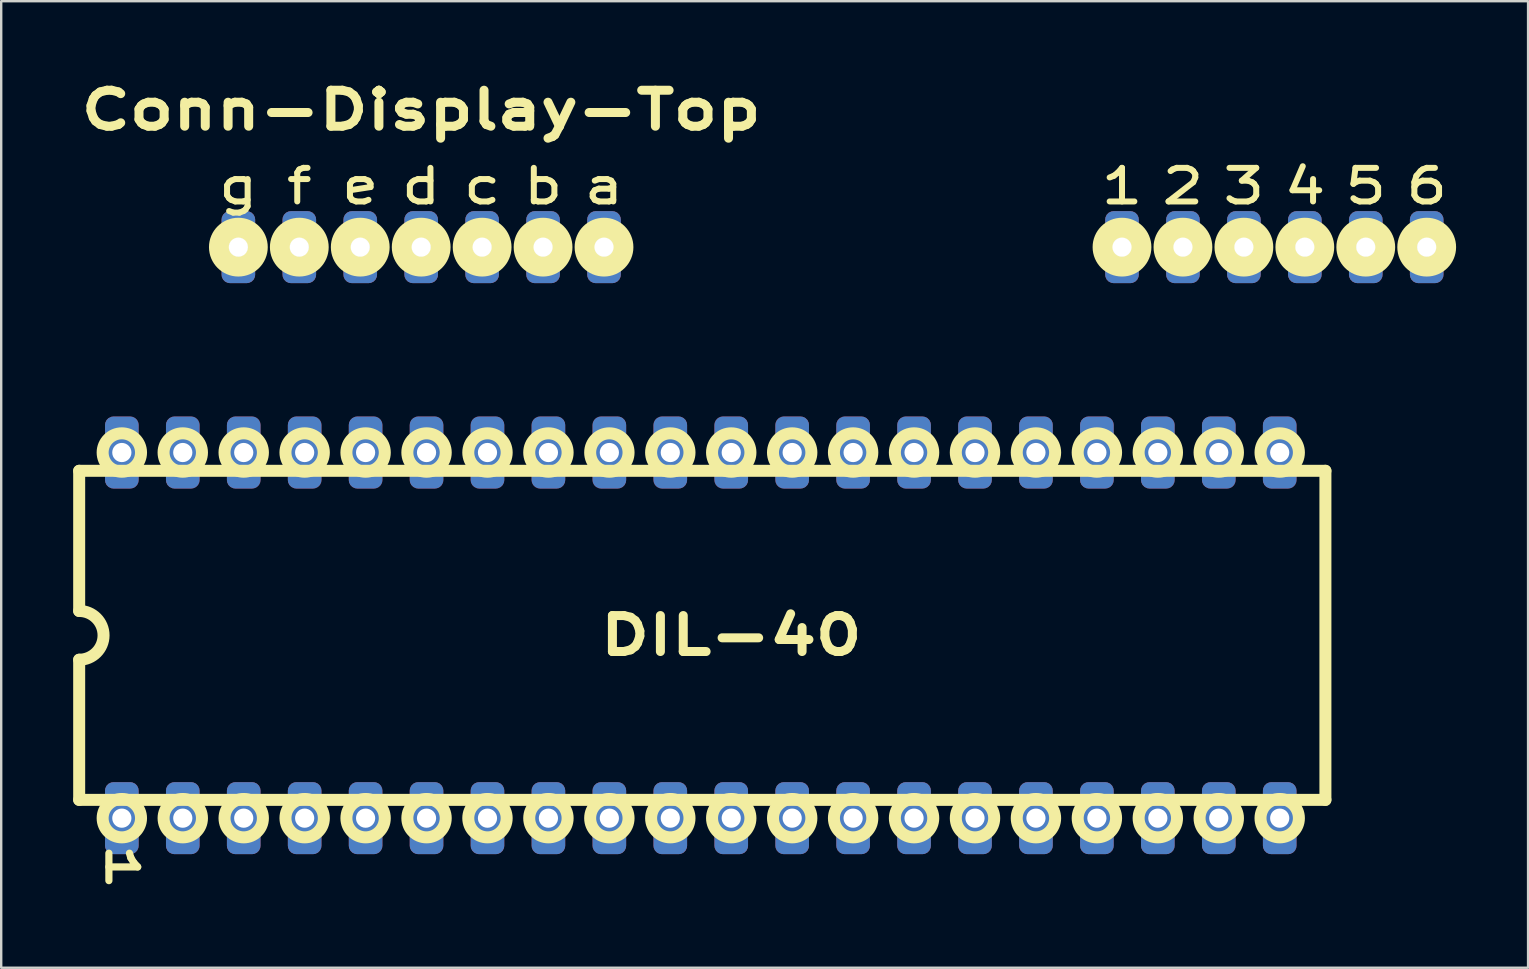
<source format=kicad_pcb>
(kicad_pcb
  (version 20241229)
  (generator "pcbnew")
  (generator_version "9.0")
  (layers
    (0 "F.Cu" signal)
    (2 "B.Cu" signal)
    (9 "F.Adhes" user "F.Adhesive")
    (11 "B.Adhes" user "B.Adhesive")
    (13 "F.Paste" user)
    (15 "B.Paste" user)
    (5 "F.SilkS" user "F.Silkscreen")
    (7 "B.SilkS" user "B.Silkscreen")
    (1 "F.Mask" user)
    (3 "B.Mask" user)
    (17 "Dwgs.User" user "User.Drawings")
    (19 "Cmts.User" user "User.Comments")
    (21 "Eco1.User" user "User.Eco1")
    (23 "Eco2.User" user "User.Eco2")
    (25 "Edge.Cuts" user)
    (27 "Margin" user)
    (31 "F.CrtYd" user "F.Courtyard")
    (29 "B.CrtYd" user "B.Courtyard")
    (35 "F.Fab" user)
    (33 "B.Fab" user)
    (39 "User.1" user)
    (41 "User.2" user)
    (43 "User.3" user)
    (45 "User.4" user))
  (footprint "Conn-Display-Top"
    (layer "F.Cu")
    (at 14.505 11.061)
    (property "Reference" "Conn-Display-Top" (at 0 -9.525 0) (layer "F.SilkS") (effects (font (size 1.5 2) (thickness 0.375))))
    (attr through_hole)
    (fp_circle (center -7.62 -3.81) (end -6.82 -3.81) (stroke (width 0.85) (type solid)) (fill no) (layer "F.SilkS"))
    (fp_circle (center -5.08 -3.81) (end -4.28 -3.81) (stroke (width 0.85) (type solid)) (fill no) (layer "F.SilkS"))
    (fp_circle (center -2.54 -3.81) (end -1.74 -3.81) (stroke (width 0.85) (type solid)) (fill no) (layer "F.SilkS"))
    (fp_circle (center 0 -3.81) (end 0.8 -3.81) (stroke (width 0.85) (type solid)) (fill no) (layer "F.SilkS"))
    (fp_circle (center 2.54 -3.81) (end 3.34 -3.81) (stroke (width 0.85) (type solid)) (fill no) (layer "F.SilkS"))
    (fp_circle (center 5.08 -3.81) (end 5.88 -3.81) (stroke (width 0.85) (type solid)) (fill no) (layer "F.SilkS"))
    (fp_circle (center 7.62 -3.81) (end 8.42 -3.81) (stroke (width 0.85) (type solid)) (fill no) (layer "F.SilkS"))
    (fp_circle (center 29.21 -3.81) (end 30.01 -3.81) (stroke (width 0.85) (type solid)) (fill no) (layer "F.SilkS"))
    (fp_circle (center 31.75 -3.81) (end 32.55 -3.81) (stroke (width 0.85) (type solid)) (fill no) (layer "F.SilkS"))
    (fp_circle (center 34.29 -3.81) (end 35.09 -3.81) (stroke (width 0.85) (type solid)) (fill no) (layer "F.SilkS"))
    (fp_circle (center 36.83 -3.81) (end 37.63 -3.81) (stroke (width 0.85) (type solid)) (fill no) (layer "F.SilkS"))
    (fp_circle (center 39.37 -3.81) (end 40.17 -3.81) (stroke (width 0.85) (type solid)) (fill no) (layer "F.SilkS"))
    (fp_circle (center 41.91 -3.81) (end 42.71 -3.81) (stroke (width 0.85) (type solid)) (fill no) (layer "F.SilkS"))
    (fp_text user "2" (at 31.75 -6.35 0) (layer "F.SilkS") (effects (font (size 1.4 1.8) (thickness 0.25))))
    (fp_text user "g" (at -7.62 -6.35 0) (layer "F.SilkS") (effects (font (size 1.4 1.8) (thickness 0.25))))
    (fp_text user "b" (at 5.08 -6.35 0) (layer "F.SilkS") (effects (font (size 1.4 1.8) (thickness 0.25))))
    (fp_text user "c" (at 2.54 -6.35 0) (layer "F.SilkS") (effects (font (size 1.4 1.8) (thickness 0.25))))
    (fp_text user "a" (at 7.62 -6.35 0) (layer "F.SilkS") (effects (font (size 1.4 1.8) (thickness 0.25))))
    (fp_text user "d" (at 0 -6.35 0) (layer "F.SilkS") (effects (font (size 1.4 1.8) (thickness 0.25))))
    (fp_text user "f" (at -5.08 -6.35 0) (layer "F.SilkS") (effects (font (size 1.4 1.8) (thickness 0.25))))
    (fp_text user "e" (at -2.54 -6.35 0) (layer "F.SilkS") (effects (font (size 1.4 1.8) (thickness 0.25))))
    (fp_text user "3" (at 34.29 -6.35 0) (layer "F.SilkS") (effects (font (size 1.4 1.8) (thickness 0.25))))
    (fp_text user "4" (at 36.83 -6.35 0) (layer "F.SilkS") (effects (font (size 1.4 1.8) (thickness 0.25))))
    (fp_text user "5" (at 39.37 -6.35 0) (layer "F.SilkS") (effects (font (size 1.4 1.8) (thickness 0.25))))
    (fp_text user "6" (at 41.91 -6.35 0) (layer "F.SilkS") (effects (font (size 1.4 1.8) (thickness 0.25))))
    (fp_text user "1" (at 29.21 -6.35 0) (layer "F.SilkS") (effects (font (size 1.4 1.8) (thickness 0.25))))
    (pad "1" thru_hole roundrect (at 29.21 -3.81) (size 1.4 3) (drill 0.8) (layers "*.Cu" "*.Mask") (roundrect_rratio 0.25))
    (pad "2" thru_hole roundrect (at 31.75 -3.81) (size 1.4 3) (drill 0.8) (layers "*.Cu" "*.Mask") (roundrect_rratio 0.25))
    (pad "3" thru_hole roundrect (at 34.29 -3.81) (size 1.4 3) (drill 0.8) (layers "*.Cu" "*.Mask") (roundrect_rratio 0.25))
    (pad "4" thru_hole roundrect (at 36.83 -3.81) (size 1.4 3) (drill 0.8) (layers "*.Cu" "*.Mask") (roundrect_rratio 0.25))
    (pad "5" thru_hole roundrect (at 39.37 -3.81) (size 1.4 3) (drill 0.8) (layers "*.Cu" "*.Mask") (roundrect_rratio 0.25))
    (pad "6" thru_hole roundrect (at 41.91 -3.81) (size 1.4 3) (drill 0.8) (layers "*.Cu" "*.Mask") (roundrect_rratio 0.25))
    (pad "a" thru_hole roundrect (at 7.62 -3.81) (size 1.4 3) (drill 0.8) (layers "*.Cu" "*.Mask") (roundrect_rratio 0.25))
    (pad "b" thru_hole roundrect (at 5.08 -3.81) (size 1.4 3) (drill 0.8) (layers "*.Cu" "*.Mask") (roundrect_rratio 0.25))
    (pad "c" thru_hole roundrect (at 2.54 -3.81) (size 1.4 3) (drill 0.8) (layers "*.Cu" "*.Mask") (roundrect_rratio 0.25))
    (pad "d" thru_hole roundrect (at 0 -3.81) (size 1.4 3) (drill 0.8) (layers "*.Cu" "*.Mask") (roundrect_rratio 0.25))
    (pad "e" thru_hole roundrect (at -2.54 -3.81) (size 1.4 3) (drill 0.8) (layers "*.Cu" "*.Mask") (roundrect_rratio 0.25))
    (pad "f" thru_hole roundrect (at -5.08 -3.81) (size 1.4 3) (drill 0.8) (layers "*.Cu" "*.Mask") (roundrect_rratio 0.25))
    (pad "g" thru_hole roundrect (at -7.62 -3.81) (size 1.4 3) (drill 0.8) (layers "*.Cu" "*.Mask") (roundrect_rratio 0.25)))
  (footprint "DIL-40"
    (layer "F.Cu")
    (at 26.158 23.431)
    (property "Reference" "DIL-40" (at 1.27 0 0) (layer "F.SilkS") (effects (font (size 1.5 2) (thickness 0.375))))
    (attr through_hole)
    (fp_line (start -25.908 -6.858) (end 26.035 -6.858) (stroke (width 0.5) (type solid)) (layer "F.SilkS"))
    (fp_line (start -25.908 -1.016) (end -25.908 -6.858) (stroke (width 0.5) (type solid)) (layer "F.SilkS"))
    (fp_line (start -25.908 1.016) (end -25.908 6.858) (stroke (width 0.5) (type solid)) (layer "F.SilkS"))
    (fp_line (start 26.035 -6.858) (end 26.035 6.858) (stroke (width 0.5) (type solid)) (layer "F.SilkS"))
    (fp_line (start 26.035 6.858) (end -25.908 6.858) (stroke (width 0.5) (type solid)) (layer "F.SilkS"))
    (fp_arc (start -25.908 -1.016) (mid -24.892 0) (end -25.908 1.016) (stroke (width 0.5) (type solid)) (layer "F.SilkS"))
    (fp_circle (center -24.13 -7.62) (end -23.33 -7.62) (stroke (width 0.5) (type solid)) (fill no) (layer "F.SilkS"))
    (fp_circle (center -24.13 7.62) (end -23.33 7.62) (stroke (width 0.5) (type solid)) (fill no) (layer "F.SilkS"))
    (fp_circle (center -21.59 -7.62) (end -20.79 -7.62) (stroke (width 0.5) (type solid)) (fill no) (layer "F.SilkS"))
    (fp_circle (center -21.59 7.62) (end -20.79 7.62) (stroke (width 0.5) (type solid)) (fill no) (layer "F.SilkS"))
    (fp_circle (center -19.05 -7.62) (end -18.25 -7.62) (stroke (width 0.5) (type solid)) (fill no) (layer "F.SilkS"))
    (fp_circle (center -19.05 7.62) (end -18.25 7.62) (stroke (width 0.5) (type solid)) (fill no) (layer "F.SilkS"))
    (fp_circle (center -16.51 -7.62) (end -15.71 -7.62) (stroke (width 0.5) (type solid)) (fill no) (layer "F.SilkS"))
    (fp_circle (center -16.51 7.62) (end -15.71 7.62) (stroke (width 0.5) (type solid)) (fill no) (layer "F.SilkS"))
    (fp_circle (center -13.97 -7.62) (end -13.17 -7.62) (stroke (width 0.5) (type solid)) (fill no) (layer "F.SilkS"))
    (fp_circle (center -13.97 7.62) (end -13.17 7.62) (stroke (width 0.5) (type solid)) (fill no) (layer "F.SilkS"))
    (fp_circle (center -11.43 -7.62) (end -10.63 -7.62) (stroke (width 0.5) (type solid)) (fill no) (layer "F.SilkS"))
    (fp_circle (center -11.43 7.62) (end -10.63 7.62) (stroke (width 0.5) (type solid)) (fill no) (layer "F.SilkS"))
    (fp_circle (center -8.89 -7.62) (end -8.09 -7.62) (stroke (width 0.5) (type solid)) (fill no) (layer "F.SilkS"))
    (fp_circle (center -8.89 7.62) (end -8.09 7.62) (stroke (width 0.5) (type solid)) (fill no) (layer "F.SilkS"))
    (fp_circle (center -6.35 -7.62) (end -5.55 -7.62) (stroke (width 0.5) (type solid)) (fill no) (layer "F.SilkS"))
    (fp_circle (center -6.35 7.62) (end -5.55 7.62) (stroke (width 0.5) (type solid)) (fill no) (layer "F.SilkS"))
    (fp_circle (center -3.81 -7.62) (end -3.01 -7.62) (stroke (width 0.5) (type solid)) (fill no) (layer "F.SilkS"))
    (fp_circle (center -3.81 7.62) (end -3.01 7.62) (stroke (width 0.5) (type solid)) (fill no) (layer "F.SilkS"))
    (fp_circle (center -1.27 -7.62) (end -0.47 -7.62) (stroke (width 0.5) (type solid)) (fill no) (layer "F.SilkS"))
    (fp_circle (center -1.27 7.62) (end -0.47 7.62) (stroke (width 0.5) (type solid)) (fill no) (layer "F.SilkS"))
    (fp_circle (center 1.27 -7.62) (end 2.07 -7.62) (stroke (width 0.5) (type solid)) (fill no) (layer "F.SilkS"))
    (fp_circle (center 1.27 7.62) (end 2.07 7.62) (stroke (width 0.5) (type solid)) (fill no) (layer "F.SilkS"))
    (fp_circle (center 3.81 -7.62) (end 4.61 -7.62) (stroke (width 0.5) (type solid)) (fill no) (layer "F.SilkS"))
    (fp_circle (center 3.81 7.62) (end 4.61 7.62) (stroke (width 0.5) (type solid)) (fill no) (layer "F.SilkS"))
    (fp_circle (center 6.35 -7.62) (end 7.15 -7.62) (stroke (width 0.5) (type solid)) (fill no) (layer "F.SilkS"))
    (fp_circle (center 6.35 7.62) (end 7.15 7.62) (stroke (width 0.5) (type solid)) (fill no) (layer "F.SilkS"))
    (fp_circle (center 8.89 -7.62) (end 9.69 -7.62) (stroke (width 0.5) (type solid)) (fill no) (layer "F.SilkS"))
    (fp_circle (center 8.89 7.62) (end 9.69 7.62) (stroke (width 0.5) (type solid)) (fill no) (layer "F.SilkS"))
    (fp_circle (center 11.43 -7.62) (end 12.23 -7.62) (stroke (width 0.5) (type solid)) (fill no) (layer "F.SilkS"))
    (fp_circle (center 11.43 7.62) (end 12.23 7.62) (stroke (width 0.5) (type solid)) (fill no) (layer "F.SilkS"))
    (fp_circle (center 13.97 -7.62) (end 14.77 -7.62) (stroke (width 0.5) (type solid)) (fill no) (layer "F.SilkS"))
    (fp_circle (center 13.97 7.62) (end 14.77 7.62) (stroke (width 0.5) (type solid)) (fill no) (layer "F.SilkS"))
    (fp_circle (center 16.51 -7.62) (end 17.31 -7.62) (stroke (width 0.5) (type solid)) (fill no) (layer "F.SilkS"))
    (fp_circle (center 16.51 7.62) (end 17.31 7.62) (stroke (width 0.5) (type solid)) (fill no) (layer "F.SilkS"))
    (fp_circle (center 19.05 -7.62) (end 19.85 -7.62) (stroke (width 0.5) (type solid)) (fill no) (layer "F.SilkS"))
    (fp_circle (center 19.05 7.62) (end 19.85 7.62) (stroke (width 0.5) (type solid)) (fill no) (layer "F.SilkS"))
    (fp_circle (center 21.59 -7.62) (end 22.39 -7.62) (stroke (width 0.5) (type solid)) (fill no) (layer "F.SilkS"))
    (fp_circle (center 21.59 7.62) (end 22.39 7.62) (stroke (width 0.5) (type solid)) (fill no) (layer "F.SilkS"))
    (fp_circle (center 24.13 -7.62) (end 24.93 -7.62) (stroke (width 0.5) (type solid)) (fill no) (layer "F.SilkS"))
    (fp_circle (center 24.13 7.62) (end 24.93 7.62) (stroke (width 0.5) (type solid)) (fill no) (layer "F.SilkS"))
    (fp_text user "1" (at -24.13 9.652 270) (unlocked yes) (layer "F.SilkS") (effects (font (size 1.2 2) (thickness 0.3))))
    (pad "1" thru_hole roundrect (at -24.13 7.62) (size 1.4 3) (drill 0.8) (layers "*.Cu" "*.Mask") (roundrect_rratio 0.25))
    (pad "2" thru_hole roundrect (at -21.59 7.62) (size 1.4 3) (drill 0.8) (layers "*.Cu" "*.Mask") (roundrect_rratio 0.25))
    (pad "3" thru_hole roundrect (at -19.05 7.62) (size 1.4 3) (drill 0.8) (layers "*.Cu" "*.Mask") (roundrect_rratio 0.25))
    (pad "4" thru_hole roundrect (at -16.51 7.62) (size 1.4 3) (drill 0.8) (layers "*.Cu" "*.Mask") (roundrect_rratio 0.25))
    (pad "5" thru_hole roundrect (at -13.97 7.62) (size 1.4 3) (drill 0.8) (layers "*.Cu" "*.Mask") (roundrect_rratio 0.25))
    (pad "6" thru_hole roundrect (at -11.43 7.62) (size 1.4 3) (drill 0.8) (layers "*.Cu" "*.Mask") (roundrect_rratio 0.25))
    (pad "7" thru_hole roundrect (at -8.89 7.62) (size 1.4 3) (drill 0.8) (layers "*.Cu" "*.Mask") (roundrect_rratio 0.25))
    (pad "8" thru_hole roundrect (at -6.35 7.62) (size 1.4 3) (drill 0.8) (layers "*.Cu" "*.Mask") (roundrect_rratio 0.25))
    (pad "9" thru_hole roundrect (at -3.81 7.62) (size 1.4 3) (drill 0.8) (layers "*.Cu" "*.Mask") (roundrect_rratio 0.25))
    (pad "10" thru_hole roundrect (at -1.27 7.62) (size 1.4 3) (drill 0.8) (layers "*.Cu" "*.Mask") (roundrect_rratio 0.25))
    (pad "11" thru_hole roundrect (at 1.27 7.62) (size 1.4 3) (drill 0.8) (layers "*.Cu" "*.Mask") (roundrect_rratio 0.25))
    (pad "12" thru_hole roundrect (at 3.81 7.62) (size 1.4 3) (drill 0.8) (layers "*.Cu" "*.Mask") (roundrect_rratio 0.25))
    (pad "13" thru_hole roundrect (at 6.35 7.62) (size 1.4 3) (drill 0.8) (layers "*.Cu" "*.Mask") (roundrect_rratio 0.25))
    (pad "14" thru_hole roundrect (at 8.89 7.62) (size 1.4 3) (drill 0.8) (layers "*.Cu" "*.Mask") (roundrect_rratio 0.25))
    (pad "15" thru_hole roundrect (at 11.43 7.62) (size 1.4 3) (drill 0.8) (layers "*.Cu" "*.Mask") (roundrect_rratio 0.25))
    (pad "16" thru_hole roundrect (at 13.97 7.62) (size 1.4 3) (drill 0.8) (layers "*.Cu" "*.Mask") (roundrect_rratio 0.25))
    (pad "17" thru_hole roundrect (at 16.51 7.62) (size 1.4 3) (drill 0.8) (layers "*.Cu" "*.Mask") (roundrect_rratio 0.25))
    (pad "18" thru_hole roundrect (at 19.05 7.62) (size 1.4 3) (drill 0.8) (layers "*.Cu" "*.Mask") (roundrect_rratio 0.25))
    (pad "19" thru_hole roundrect (at 21.59 7.62) (size 1.4 3) (drill 0.8) (layers "*.Cu" "*.Mask") (roundrect_rratio 0.25))
    (pad "20" thru_hole roundrect (at 24.13 7.62) (size 1.4 3) (drill 0.8) (layers "*.Cu" "*.Mask") (roundrect_rratio 0.25))
    (pad "21" thru_hole roundrect (at 24.13 -7.62) (size 1.4 3) (drill 0.8) (layers "*.Cu" "*.Mask") (roundrect_rratio 0.25))
    (pad "22" thru_hole roundrect (at 21.59 -7.62) (size 1.4 3) (drill 0.8) (layers "*.Cu" "*.Mask") (roundrect_rratio 0.25))
    (pad "23" thru_hole roundrect (at 19.05 -7.62) (size 1.4 3) (drill 0.8) (layers "*.Cu" "*.Mask") (roundrect_rratio 0.25))
    (pad "24" thru_hole roundrect (at 16.51 -7.62) (size 1.4 3) (drill 0.8) (layers "*.Cu" "*.Mask") (roundrect_rratio 0.25))
    (pad "25" thru_hole roundrect (at 13.97 -7.62) (size 1.4 3) (drill 0.8) (layers "*.Cu" "*.Mask") (roundrect_rratio 0.25))
    (pad "26" thru_hole roundrect (at 11.43 -7.62) (size 1.4 3) (drill 0.8) (layers "*.Cu" "*.Mask") (roundrect_rratio 0.25))
    (pad "27" thru_hole roundrect (at 8.89 -7.62) (size 1.4 3) (drill 0.8) (layers "*.Cu" "*.Mask") (roundrect_rratio 0.25))
    (pad "28" thru_hole roundrect (at 6.35 -7.62) (size 1.4 3) (drill 0.8) (layers "*.Cu" "*.Mask") (roundrect_rratio 0.25))
    (pad "29" thru_hole roundrect (at 3.81 -7.62) (size 1.4 3) (drill 0.8) (layers "*.Cu" "*.Mask") (roundrect_rratio 0.25))
    (pad "30" thru_hole roundrect (at 1.27 -7.62) (size 1.4 3) (drill 0.8) (layers "*.Cu" "*.Mask") (roundrect_rratio 0.25))
    (pad "31" thru_hole roundrect (at -1.27 -7.62) (size 1.4 3) (drill 0.8) (layers "*.Cu" "*.Mask") (roundrect_rratio 0.25))
    (pad "32" thru_hole roundrect (at -3.81 -7.62) (size 1.4 3) (drill 0.8) (layers "*.Cu" "*.Mask") (roundrect_rratio 0.25))
    (pad "33" thru_hole roundrect (at -6.35 -7.62) (size 1.4 3) (drill 0.8) (layers "*.Cu" "*.Mask") (roundrect_rratio 0.25))
    (pad "34" thru_hole roundrect (at -8.89 -7.62) (size 1.4 3) (drill 0.8) (layers "*.Cu" "*.Mask") (roundrect_rratio 0.25))
    (pad "35" thru_hole roundrect (at -11.43 -7.62) (size 1.4 3) (drill 0.8) (layers "*.Cu" "*.Mask") (roundrect_rratio 0.25))
    (pad "36" thru_hole roundrect (at -13.97 -7.62) (size 1.4 3) (drill 0.8) (layers "*.Cu" "*.Mask") (roundrect_rratio 0.25))
    (pad "37" thru_hole roundrect (at -16.51 -7.62) (size 1.4 3) (drill 0.8) (layers "*.Cu" "*.Mask") (roundrect_rratio 0.25))
    (pad "38" thru_hole roundrect (at -19.05 -7.62) (size 1.4 3) (drill 0.8) (layers "*.Cu" "*.Mask") (roundrect_rratio 0.25))
    (pad "39" thru_hole roundrect (at -21.59 -7.62) (size 1.4 3) (drill 0.8) (layers "*.Cu" "*.Mask") (roundrect_rratio 0.25))
    (pad "40" thru_hole roundrect (at -24.13 -7.62) (size 1.4 3) (drill 0.8) (layers "*.Cu" "*.Mask") (roundrect_rratio 0.25)))
  (gr_rect
    (start -3 -3)
    (end 60.64 37.285)
    (stroke (width 0.1) (type default))
    (fill no)
    (layer "Edge.Cuts")))
</source>
